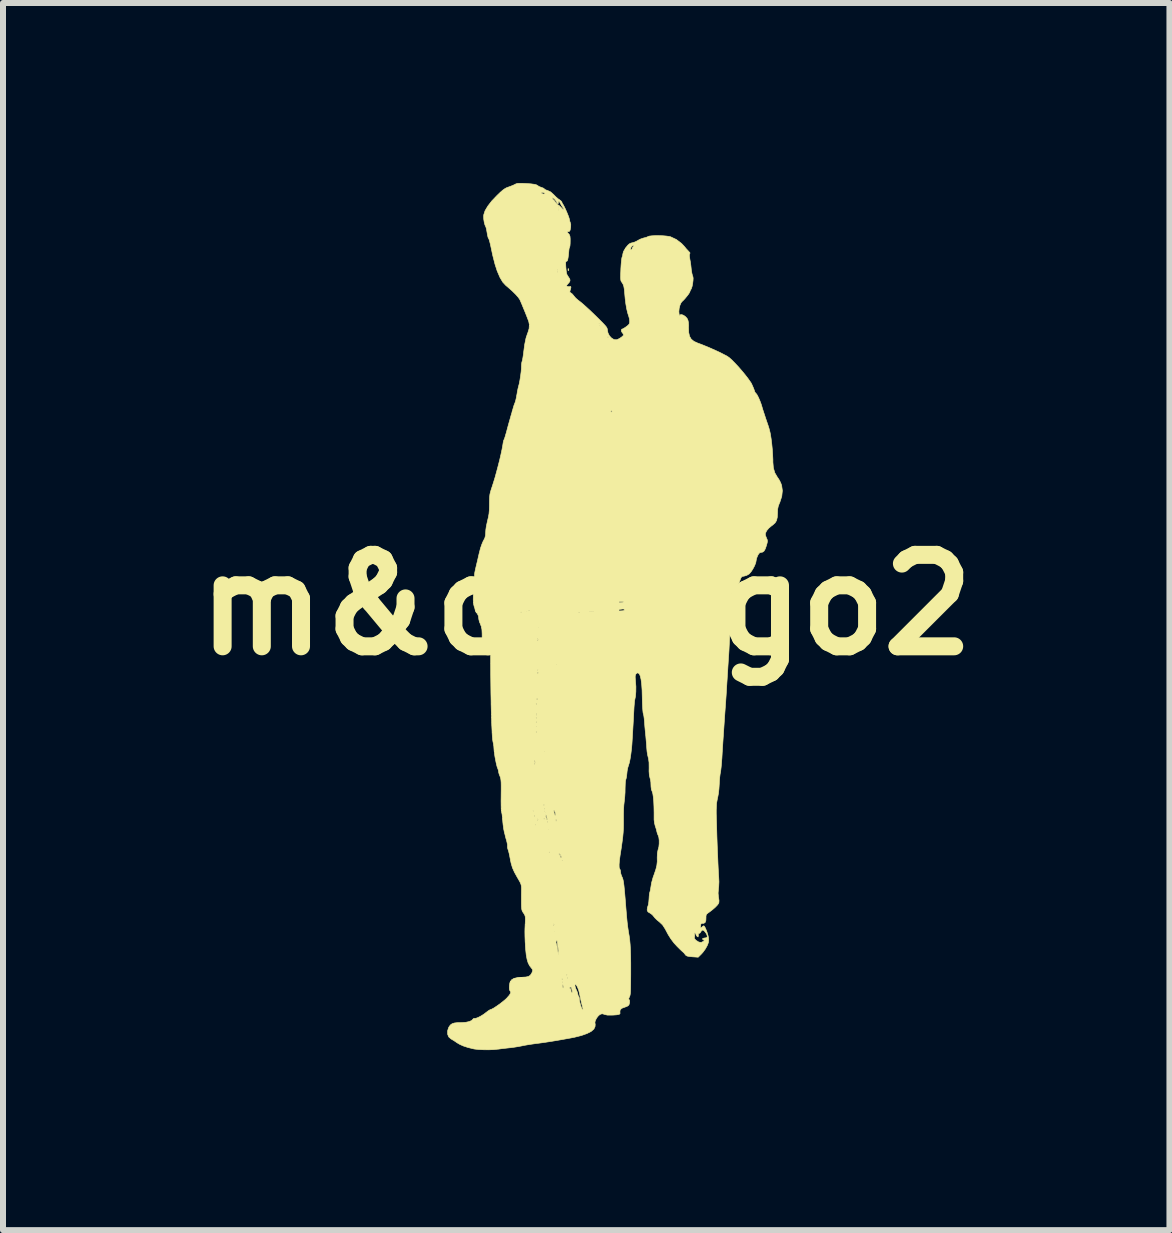
<source format=kicad_pcb>
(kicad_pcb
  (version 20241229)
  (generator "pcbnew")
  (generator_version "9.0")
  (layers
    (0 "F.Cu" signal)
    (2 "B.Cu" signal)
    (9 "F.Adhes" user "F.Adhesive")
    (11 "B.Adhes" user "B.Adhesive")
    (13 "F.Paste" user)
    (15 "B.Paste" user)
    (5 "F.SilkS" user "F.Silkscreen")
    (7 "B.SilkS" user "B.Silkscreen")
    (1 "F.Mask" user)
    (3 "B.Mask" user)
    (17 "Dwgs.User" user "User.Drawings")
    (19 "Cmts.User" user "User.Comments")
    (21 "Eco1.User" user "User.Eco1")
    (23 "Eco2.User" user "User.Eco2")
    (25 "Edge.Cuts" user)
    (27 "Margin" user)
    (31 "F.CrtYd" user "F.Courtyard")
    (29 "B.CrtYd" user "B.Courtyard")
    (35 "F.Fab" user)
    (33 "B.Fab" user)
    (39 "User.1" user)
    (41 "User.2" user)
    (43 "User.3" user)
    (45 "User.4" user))
  (footprint "m&d_logo2"
    (layer "F.Cu")
    (at 6.72 7.032)
    (property "Reference" "m&d_logo2" (at 0 0 0) (layer "F.SilkS") (effects (font (size 1.524 1.524) (thickness 0.3))))
    (attr through_hole)
    (fp_poly (pts (xy -0.296 -5.604) (xy -0.295 -5.578) (xy -0.296 -5.572) (xy -0.301 -5.571) (xy -0.303 -5.588) (xy -0.301 -5.606) (xy -0.296 -5.604)) (stroke (width 0.01) (type solid)) (fill yes) (layer "F.SilkS"))
    (fp_poly (pts (xy -1.072 -7.027) (xy -1.009 -7.024) (xy -0.993 -7.023) (xy -0.921 -7.018) (xy -0.87 -7.011) (xy -0.836 -7.004) (xy -0.816 -6.994) (xy -0.814 -6.992) (xy -0.786 -6.974) (xy -0.748 -6.959) (xy -0.744 -6.958) (xy -0.715 -6.947) (xy -0.699 -6.936) (xy -0.699 -6.934) (xy -0.687 -6.924) (xy -0.66 -6.912) (xy -0.645 -6.908) (xy -0.592 -6.883) (xy -0.543 -6.839) (xy -0.507 -6.802) (xy -0.469 -6.769) (xy -0.45 -6.756) (xy -0.423 -6.736) (xy -0.407 -6.717) (xy -0.406 -6.713) (xy -0.398 -6.691) (xy -0.392 -6.684) (xy -0.38 -6.664) (xy -0.361 -6.628) (xy -0.339 -6.581) (xy -0.317 -6.53) (xy -0.298 -6.483) (xy -0.285 -6.445) (xy -0.279 -6.423) (xy -0.273 -6.392) (xy -0.266 -6.373) (xy -0.258 -6.342) (xy -0.259 -6.296) (xy -0.261 -6.285) (xy -0.268 -6.247) (xy -0.278 -6.228) (xy -0.293 -6.223) (xy -0.313 -6.22) (xy -0.314 -6.21) (xy -0.295 -6.187) (xy -0.292 -6.185) (xy -0.278 -6.166) (xy -0.27 -6.14) (xy -0.267 -6.1) (xy -0.267 -6.066) (xy -0.268 -6.02) (xy -0.271 -5.983) (xy -0.276 -5.964) (xy -0.276 -5.964) (xy -0.284 -5.945) (xy -0.288 -5.92) (xy -0.295 -5.843) (xy -0.302 -5.788) (xy -0.309 -5.752) (xy -0.317 -5.733) (xy -0.327 -5.728) (xy -0.337 -5.724) (xy -0.342 -5.709) (xy -0.342 -5.678) (xy -0.34 -5.636) (xy -0.335 -5.579) (xy -0.33 -5.541) (xy -0.324 -5.514) (xy -0.314 -5.493) (xy -0.299 -5.47) (xy -0.295 -5.465) (xy -0.273 -5.429) (xy -0.27 -5.402) (xy -0.284 -5.375) (xy -0.301 -5.356) (xy -0.323 -5.331) (xy -0.326 -5.316) (xy -0.319 -5.31) (xy -0.293 -5.304) (xy -0.276 -5.306) (xy -0.258 -5.307) (xy -0.255 -5.292) (xy -0.257 -5.282) (xy -0.266 -5.249) (xy -0.272 -5.23) (xy -0.272 -5.21) (xy -0.258 -5.202) (xy -0.237 -5.187) (xy -0.212 -5.159) (xy -0.204 -5.148) (xy -0.175 -5.114) (xy -0.135 -5.079) (xy -0.112 -5.062) (xy -0.084 -5.04) (xy -0.043 -5.005) (xy 0.009 -4.958) (xy 0.069 -4.903) (xy 0.131 -4.843) (xy 0.151 -4.824) (xy 0.217 -4.759) (xy 0.267 -4.709) (xy 0.303 -4.671) (xy 0.328 -4.643) (xy 0.342 -4.622) (xy 0.35 -4.604) (xy 0.353 -4.589) (xy 0.353 -4.582) (xy 0.363 -4.532) (xy 0.387 -4.485) (xy 0.423 -4.447) (xy 0.463 -4.423) (xy 0.501 -4.419) (xy 0.529 -4.428) (xy 0.564 -4.447) (xy 0.595 -4.469) (xy 0.617 -4.49) (xy 0.622 -4.501) (xy 0.613 -4.523) (xy 0.603 -4.534) (xy 0.589 -4.555) (xy 0.585 -4.578) (xy 0.591 -4.595) (xy 0.598 -4.597) (xy 0.615 -4.604) (xy 0.645 -4.622) (xy 0.668 -4.638) (xy 0.701 -4.664) (xy 0.718 -4.686) (xy 0.724 -4.712) (xy 0.724 -4.727) (xy 0.719 -4.774) (xy 0.706 -4.82) (xy 0.705 -4.821) (xy 0.69 -4.869) (xy 0.674 -4.937) (xy 0.66 -5.018) (xy 0.649 -5.106) (xy 0.641 -5.194) (xy 0.635 -5.26) (xy 0.627 -5.307) (xy 0.615 -5.343) (xy 0.597 -5.373) (xy 0.586 -5.388) (xy 0.579 -5.401) (xy 0.575 -5.425) (xy 0.573 -5.461) (xy 0.574 -5.515) (xy 0.577 -5.59) (xy 0.577 -5.597) (xy 0.581 -5.664) (xy 0.586 -5.722) (xy 0.591 -5.767) (xy 0.596 -5.793) (xy 0.598 -5.797) (xy 0.606 -5.817) (xy 0.61 -5.848) (xy 0.621 -5.89) (xy 0.648 -5.936) (xy 0.738 -5.936) (xy 0.742 -5.921) (xy 0.749 -5.918) (xy 0.761 -5.928) (xy 0.762 -5.933) (xy 0.77 -5.954) (xy 0.782 -5.97) (xy 0.795 -5.987) (xy 0.79 -5.99) (xy 0.78 -5.989) (xy 0.761 -5.979) (xy 0.746 -5.958) (xy 0.738 -5.936) (xy 0.648 -5.936) (xy 0.653 -5.945) (xy 0.662 -5.957) (xy 0.694 -5.996) (xy 0.72 -6.019) (xy 0.748 -6.032) (xy 0.765 -6.035) (xy 0.811 -6.049) (xy 0.856 -6.071) (xy 0.862 -6.076) (xy 0.905 -6.098) (xy 0.951 -6.114) (xy 0.959 -6.116) (xy 0.996 -6.125) (xy 1.024 -6.136) (xy 1.027 -6.139) (xy 1.051 -6.147) (xy 1.094 -6.152) (xy 1.15 -6.155) (xy 1.213 -6.155) (xy 1.277 -6.153) (xy 1.336 -6.148) (xy 1.384 -6.141) (xy 1.405 -6.136) (xy 1.503 -6.09) (xy 1.589 -6.024) (xy 1.636 -5.974) (xy 1.667 -5.936) (xy 1.697 -5.904) (xy 1.713 -5.887) (xy 1.73 -5.866) (xy 1.726 -5.854) (xy 1.719 -5.841) (xy 1.72 -5.811) (xy 1.727 -5.764) (xy 1.736 -5.714) (xy 1.743 -5.666) (xy 1.746 -5.639) (xy 1.752 -5.581) (xy 1.761 -5.528) (xy 1.771 -5.488) (xy 1.777 -5.474) (xy 1.782 -5.447) (xy 1.78 -5.405) (xy 1.774 -5.357) (xy 1.765 -5.31) (xy 1.753 -5.274) (xy 1.748 -5.264) (xy 1.733 -5.237) (xy 1.727 -5.219) (xy 1.719 -5.202) (xy 1.7 -5.173) (xy 1.673 -5.139) (xy 1.644 -5.104) (xy 1.619 -5.077) (xy 1.604 -5.064) (xy 1.581 -5.037) (xy 1.562 -4.994) (xy 1.549 -4.942) (xy 1.544 -4.89) (xy 1.548 -4.846) (xy 1.549 -4.844) (xy 1.557 -4.823) (xy 1.561 -4.822) (xy 1.561 -4.823) (xy 1.571 -4.838) (xy 1.594 -4.838) (xy 1.623 -4.827) (xy 1.654 -4.805) (xy 1.68 -4.777) (xy 1.683 -4.771) (xy 1.696 -4.743) (xy 1.703 -4.709) (xy 1.706 -4.661) (xy 1.705 -4.624) (xy 1.708 -4.541) (xy 1.722 -4.478) (xy 1.75 -4.43) (xy 1.795 -4.393) (xy 1.859 -4.364) (xy 1.873 -4.359) (xy 1.917 -4.343) (xy 1.976 -4.319) (xy 2.04 -4.293) (xy 2.083 -4.274) (xy 2.15 -4.244) (xy 2.203 -4.22) (xy 2.252 -4.196) (xy 2.306 -4.168) (xy 2.35 -4.145) (xy 2.383 -4.122) (xy 2.428 -4.082) (xy 2.48 -4.029) (xy 2.537 -3.968) (xy 2.595 -3.901) (xy 2.651 -3.833) (xy 2.701 -3.768) (xy 2.742 -3.709) (xy 2.746 -3.704) (xy 2.758 -3.681) (xy 2.774 -3.646) (xy 2.79 -3.608) (xy 2.802 -3.576) (xy 2.807 -3.558) (xy 2.807 -3.558) (xy 2.815 -3.541) (xy 2.826 -3.53) (xy 2.845 -3.506) (xy 2.868 -3.463) (xy 2.892 -3.409) (xy 2.914 -3.351) (xy 2.926 -3.313) (xy 2.938 -3.271) (xy 2.956 -3.215) (xy 2.977 -3.152) (xy 2.99 -3.111) (xy 3.015 -3.038) (xy 3.034 -2.983) (xy 3.047 -2.941) (xy 3.056 -2.906) (xy 3.064 -2.874) (xy 3.071 -2.839) (xy 3.072 -2.832) (xy 3.082 -2.768) (xy 3.092 -2.687) (xy 3.101 -2.597) (xy 3.107 -2.506) (xy 3.111 -2.423) (xy 3.111 -2.38) (xy 3.119 -2.284) (xy 3.143 -2.202) (xy 3.187 -2.127) (xy 3.201 -2.108) (xy 3.225 -2.069) (xy 3.247 -2.02) (xy 3.257 -1.991) (xy 3.269 -1.905) (xy 3.259 -1.81) (xy 3.226 -1.708) (xy 3.218 -1.692) (xy 3.2 -1.643) (xy 3.19 -1.593) (xy 3.188 -1.529) (xy 3.184 -1.46) (xy 3.172 -1.408) (xy 3.148 -1.368) (xy 3.108 -1.332) (xy 3.091 -1.32) (xy 3.044 -1.281) (xy 3.008 -1.238) (xy 2.988 -1.197) (xy 2.985 -1.178) (xy 2.99 -1.153) (xy 3.003 -1.118) (xy 3.006 -1.112) (xy 3.017 -1.086) (xy 3.02 -1.064) (xy 3.016 -1.036) (xy 3.004 -0.993) (xy 3.003 -0.989) (xy 2.984 -0.934) (xy 2.964 -0.899) (xy 2.941 -0.881) (xy 2.914 -0.876) (xy 2.891 -0.87) (xy 2.871 -0.847) (xy 2.858 -0.823) (xy 2.842 -0.784) (xy 2.833 -0.748) (xy 2.832 -0.738) (xy 2.825 -0.702) (xy 2.806 -0.653) (xy 2.779 -0.602) (xy 2.749 -0.555) (xy 2.72 -0.521) (xy 2.713 -0.515) (xy 2.675 -0.493) (xy 2.634 -0.481) (xy 2.629 -0.48) (xy 2.598 -0.474) (xy 2.581 -0.456) (xy 2.571 -0.432) (xy 2.544 -0.36) (xy 2.509 -0.3) (xy 2.474 -0.258) (xy 2.446 -0.223) (xy 2.427 -0.191) (xy 2.421 -0.175) (xy 2.419 -0.156) (xy 2.416 -0.114) (xy 2.413 -0.054) (xy 2.41 0.022) (xy 2.406 0.11) (xy 2.403 0.207) (xy 2.401 0.26) (xy 2.397 0.369) (xy 2.392 0.479) (xy 2.388 0.585) (xy 2.383 0.681) (xy 2.379 0.763) (xy 2.375 0.826) (xy 2.374 0.838) (xy 2.369 0.915) (xy 2.363 1.008) (xy 2.357 1.105) (xy 2.351 1.197) (xy 2.35 1.219) (xy 2.344 1.308) (xy 2.338 1.407) (xy 2.332 1.504) (xy 2.326 1.588) (xy 2.325 1.607) (xy 2.317 1.717) (xy 2.308 1.84) (xy 2.299 1.972) (xy 2.29 2.106) (xy 2.281 2.237) (xy 2.273 2.36) (xy 2.266 2.469) (xy 2.261 2.559) (xy 2.26 2.565) (xy 2.255 2.635) (xy 2.249 2.7) (xy 2.243 2.752) (xy 2.238 2.788) (xy 2.236 2.794) (xy 2.231 2.824) (xy 2.225 2.873) (xy 2.22 2.933) (xy 2.217 2.991) (xy 2.212 3.067) (xy 2.204 3.139) (xy 2.193 3.198) (xy 2.188 3.219) (xy 2.172 3.306) (xy 2.167 3.415) (xy 2.167 3.416) (xy 2.167 3.478) (xy 2.169 3.557) (xy 2.172 3.649) (xy 2.175 3.752) (xy 2.178 3.861) (xy 2.182 3.973) (xy 2.186 4.084) (xy 2.191 4.191) (xy 2.195 4.29) (xy 2.199 4.378) (xy 2.203 4.451) (xy 2.206 4.505) (xy 2.208 4.534) (xy 2.212 4.614) (xy 2.208 4.696) (xy 2.205 4.721) (xy 2.198 4.802) (xy 2.204 4.87) (xy 2.206 4.88) (xy 2.213 4.927) (xy 2.211 4.959) (xy 2.203 4.979) (xy 2.183 5.005) (xy 2.148 5.041) (xy 2.104 5.079) (xy 2.057 5.115) (xy 2.029 5.135) (xy 2.005 5.155) (xy 1.996 5.182) (xy 1.996 5.204) (xy 1.994 5.259) (xy 1.982 5.292) (xy 1.96 5.306) (xy 1.945 5.306) (xy 1.922 5.306) (xy 1.911 5.319) (xy 1.907 5.346) (xy 1.905 5.375) (xy 1.91 5.382) (xy 1.924 5.372) (xy 1.927 5.369) (xy 1.949 5.352) (xy 1.96 5.347) (xy 1.971 5.358) (xy 1.987 5.387) (xy 2.004 5.428) (xy 2.02 5.474) (xy 2.032 5.518) (xy 2.038 5.548) (xy 2.041 5.589) (xy 2.037 5.624) (xy 2.022 5.665) (xy 2.012 5.686) (xy 1.983 5.737) (xy 1.945 5.789) (xy 1.922 5.815) (xy 1.866 5.871) (xy 1.768 5.864) (xy 1.716 5.859) (xy 1.683 5.852) (xy 1.663 5.842) (xy 1.651 5.828) (xy 1.63 5.801) (xy 1.614 5.786) (xy 1.597 5.771) (xy 1.567 5.743) (xy 1.531 5.707) (xy 1.516 5.692) (xy 1.461 5.632) (xy 1.413 5.568) (xy 1.395 5.54) (xy 1.802 5.54) (xy 1.803 5.559) (xy 1.827 5.587) (xy 1.832 5.591) (xy 1.877 5.619) (xy 1.917 5.624) (xy 1.95 5.608) (xy 1.967 5.594) (xy 1.963 5.586) (xy 1.953 5.581) (xy 1.937 5.569) (xy 1.943 5.558) (xy 1.967 5.551) (xy 1.982 5.55) (xy 2.011 5.543) (xy 2.019 5.522) (xy 2.007 5.487) (xy 1.99 5.46) (xy 1.962 5.427) (xy 1.937 5.418) (xy 1.917 5.435) (xy 1.912 5.445) (xy 1.896 5.467) (xy 1.883 5.474) (xy 1.869 5.48) (xy 1.868 5.483) (xy 1.869 5.503) (xy 1.868 5.517) (xy 1.864 5.533) (xy 1.85 5.526) (xy 1.848 5.524) (xy 1.832 5.503) (xy 1.829 5.492) (xy 1.819 5.47) (xy 1.814 5.466) (xy 1.805 5.467) (xy 1.806 5.49) (xy 1.807 5.521) (xy 1.802 5.54) (xy 1.395 5.54) (xy 1.366 5.494) (xy 1.317 5.402) (xy 1.314 5.397) (xy 1.272 5.332) (xy 1.219 5.282) (xy 1.215 5.279) (xy 1.176 5.247) (xy 1.143 5.214) (xy 1.129 5.196) (xy 1.101 5.163) (xy 1.064 5.136) (xy 1.061 5.135) (xy 1.03 5.116) (xy 1.017 5.093) (xy 1.016 5.077) (xy 1.021 5.04) (xy 1.03 5.015) (xy 1.037 4.99) (xy 1.043 4.948) (xy 1.047 4.898) (xy 1.047 4.896) (xy 1.05 4.849) (xy 1.054 4.811) (xy 1.059 4.791) (xy 1.059 4.79) (xy 1.065 4.771) (xy 1.072 4.737) (xy 1.074 4.724) (xy 1.089 4.631) (xy 1.114 4.541) (xy 1.135 4.483) (xy 1.161 4.406) (xy 1.177 4.341) (xy 1.184 4.276) (xy 1.183 4.209) (xy 1.186 4.136) (xy 1.197 4.081) (xy 1.2 4.073) (xy 1.211 4.031) (xy 1.216 3.978) (xy 1.216 3.922) (xy 1.21 3.873) (xy 1.199 3.841) (xy 1.185 3.808) (xy 1.177 3.777) (xy 1.169 3.742) (xy 1.155 3.698) (xy 1.15 3.684) (xy 1.138 3.635) (xy 1.131 3.581) (xy 1.131 3.57) (xy 1.131 3.461) (xy 1.129 3.362) (xy 1.125 3.273) (xy 1.118 3.2) (xy 1.11 3.145) (xy 1.1 3.111) (xy 1.098 3.106) (xy 1.086 3.076) (xy 1.08 3.028) (xy 1.079 3.002) (xy 1.077 2.952) (xy 1.069 2.905) (xy 1.062 2.881) (xy 1.052 2.837) (xy 1.047 2.771) (xy 1.048 2.718) (xy 1.047 2.626) (xy 1.038 2.559) (xy 1.033 2.541) (xy 1.023 2.499) (xy 1.014 2.444) (xy 1.009 2.388) (xy 1.005 2.329) (xy 0.999 2.258) (xy 0.993 2.188) (xy 0.991 2.172) (xy 0.984 2.102) (xy 0.977 2.026) (xy 0.972 1.957) (xy 0.971 1.944) (xy 0.966 1.892) (xy 0.96 1.847) (xy 0.953 1.818) (xy 0.951 1.813) (xy 0.947 1.793) (xy 0.943 1.752) (xy 0.939 1.695) (xy 0.936 1.625) (xy 0.934 1.548) (xy 0.934 1.545) (xy 0.931 1.421) (xy 0.924 1.32) (xy 0.914 1.242) (xy 0.901 1.186) (xy 0.885 1.15) (xy 0.872 1.138) (xy 0.851 1.132) (xy 0.832 1.147) (xy 0.83 1.149) (xy 0.82 1.168) (xy 0.816 1.195) (xy 0.818 1.235) (xy 0.821 1.27) (xy 0.828 1.362) (xy 0.827 1.448) (xy 0.821 1.523) (xy 0.813 1.562) (xy 0.807 1.592) (xy 0.802 1.641) (xy 0.797 1.701) (xy 0.794 1.759) (xy 0.79 1.829) (xy 0.786 1.91) (xy 0.781 1.997) (xy 0.776 2.086) (xy 0.771 2.173) (xy 0.766 2.251) (xy 0.762 2.317) (xy 0.758 2.366) (xy 0.756 2.388) (xy 0.744 2.486) (xy 0.731 2.57) (xy 0.717 2.635) (xy 0.704 2.676) (xy 0.692 2.715) (xy 0.682 2.767) (xy 0.678 2.806) (xy 0.673 2.852) (xy 0.666 2.89) (xy 0.66 2.909) (xy 0.655 2.931) (xy 0.651 2.971) (xy 0.649 3.023) (xy 0.648 3.056) (xy 0.647 3.126) (xy 0.642 3.2) (xy 0.635 3.266) (xy 0.633 3.283) (xy 0.627 3.335) (xy 0.623 3.404) (xy 0.621 3.483) (xy 0.621 3.563) (xy 0.621 3.575) (xy 0.621 3.65) (xy 0.62 3.72) (xy 0.616 3.791) (xy 0.609 3.866) (xy 0.598 3.952) (xy 0.584 4.052) (xy 0.565 4.172) (xy 0.553 4.26) (xy 0.548 4.328) (xy 0.549 4.375) (xy 0.557 4.399) (xy 0.559 4.401) (xy 0.568 4.418) (xy 0.572 4.446) (xy 0.577 4.482) (xy 0.592 4.524) (xy 0.597 4.533) (xy 0.604 4.55) (xy 0.611 4.57) (xy 0.617 4.596) (xy 0.623 4.631) (xy 0.629 4.677) (xy 0.635 4.736) (xy 0.642 4.812) (xy 0.65 4.906) (xy 0.659 5.021) (xy 0.667 5.118) (xy 0.674 5.201) (xy 0.682 5.284) (xy 0.691 5.36) (xy 0.7 5.421) (xy 0.705 5.455) (xy 0.716 5.517) (xy 0.725 5.584) (xy 0.732 5.659) (xy 0.737 5.746) (xy 0.74 5.847) (xy 0.742 5.967) (xy 0.742 6.108) (xy 0.742 6.155) (xy 0.741 6.26) (xy 0.74 6.343) (xy 0.739 6.406) (xy 0.737 6.453) (xy 0.734 6.486) (xy 0.729 6.51) (xy 0.724 6.525) (xy 0.72 6.533) (xy 0.708 6.559) (xy 0.711 6.572) (xy 0.722 6.591) (xy 0.723 6.623) (xy 0.716 6.655) (xy 0.708 6.671) (xy 0.686 6.687) (xy 0.651 6.701) (xy 0.64 6.705) (xy 0.591 6.723) (xy 0.566 6.749) (xy 0.561 6.783) (xy 0.562 6.788) (xy 0.564 6.806) (xy 0.558 6.818) (xy 0.541 6.825) (xy 0.508 6.831) (xy 0.456 6.835) (xy 0.425 6.836) (xy 0.354 6.836) (xy 0.307 6.826) (xy 0.302 6.824) (xy 0.274 6.814) (xy 0.249 6.817) (xy 0.227 6.827) (xy 0.202 6.848) (xy 0.176 6.881) (xy 0.156 6.918) (xy 0.145 6.952) (xy 0.147 6.973) (xy 0.15 6.994) (xy 0.147 7.026) (xy 0.147 7.028) (xy 0.127 7.069) (xy 0.082 7.108) (xy 0.013 7.143) (xy -0.08 7.176) (xy -0.195 7.205) (xy -0.267 7.219) (xy -0.418 7.246) (xy -0.565 7.271) (xy -0.701 7.292) (xy -0.819 7.308) (xy -0.838 7.31) (xy -0.908 7.32) (xy -0.979 7.331) (xy -1.041 7.342) (xy -1.073 7.349) (xy -1.131 7.36) (xy -1.2 7.371) (xy -1.266 7.38) (xy -1.27 7.38) (xy -1.335 7.387) (xy -1.404 7.395) (xy -1.463 7.403) (xy -1.467 7.403) (xy -1.542 7.411) (xy -1.626 7.414) (xy -1.713 7.413) (xy -1.793 7.409) (xy -1.859 7.402) (xy -1.88 7.398) (xy -1.973 7.375) (xy -2.046 7.351) (xy -2.105 7.325) (xy -2.153 7.297) (xy -2.195 7.268) (xy -2.236 7.243) (xy -2.256 7.231) (xy -2.292 7.199) (xy -2.31 7.154) (xy -2.311 7.1) (xy -2.294 7.045) (xy -2.28 7.021) (xy -2.259 6.996) (xy -2.232 6.978) (xy -2.196 6.967) (xy -2.144 6.961) (xy -2.072 6.96) (xy -2.068 6.96) (xy -2.004 6.955) (xy -1.949 6.943) (xy -1.908 6.925) (xy -1.888 6.903) (xy -1.873 6.89) (xy -1.862 6.891) (xy -1.839 6.889) (xy -1.801 6.875) (xy -1.755 6.851) (xy -1.707 6.821) (xy -1.665 6.789) (xy -1.632 6.764) (xy -1.606 6.748) (xy -1.596 6.744) (xy -1.574 6.736) (xy -1.537 6.716) (xy -1.492 6.686) (xy -1.442 6.651) (xy -1.393 6.613) (xy -1.349 6.577) (xy -1.324 6.553) (xy -1.281 6.504) (xy -1.26 6.468) (xy -1.26 6.442) (xy -1.27 6.433) (xy -1.279 6.414) (xy -1.282 6.38) (xy -1.28 6.339) (xy -1.273 6.299) (xy -1.266 6.28) (xy -0.402 6.28) (xy -0.401 6.304) (xy -0.4 6.316) (xy -0.392 6.369) (xy -0.382 6.396) (xy -0.375 6.401) (xy -0.375 6.39) (xy -0.375 6.39) (xy -0.279 6.39) (xy -0.272 6.396) (xy -0.267 6.394) (xy -0.258 6.399) (xy -0.254 6.424) (xy -0.254 6.425) (xy -0.25 6.453) (xy -0.241 6.464) (xy -0.24 6.464) (xy -0.232 6.453) (xy -0.235 6.423) (xy -0.243 6.392) (xy -0.25 6.373) (xy -0.25 6.372) (xy -0.263 6.368) (xy -0.276 6.378) (xy -0.279 6.39) (xy -0.375 6.39) (xy -0.379 6.363) (xy -0.381 6.353) (xy -0.386 6.333) (xy -0.188 6.333) (xy -0.185 6.361) (xy -0.172 6.399) (xy -0.166 6.412) (xy -0.15 6.449) (xy -0.141 6.481) (xy -0.14 6.488) (xy -0.134 6.513) (xy -0.127 6.521) (xy -0.118 6.539) (xy -0.114 6.566) (xy -0.111 6.599) (xy -0.102 6.639) (xy -0.09 6.681) (xy -0.077 6.717) (xy -0.065 6.74) (xy -0.06 6.744) (xy -0.052 6.735) (xy -0.054 6.728) (xy -0.062 6.701) (xy -0.073 6.656) (xy -0.086 6.602) (xy -0.098 6.545) (xy -0.109 6.492) (xy -0.113 6.473) (xy -0.125 6.422) (xy -0.144 6.374) (xy -0.155 6.352) (xy -0.173 6.325) (xy -0.183 6.317) (xy -0.187 6.328) (xy -0.188 6.333) (xy -0.386 6.333) (xy -0.392 6.304) (xy -0.399 6.28) (xy -0.402 6.28) (xy -1.266 6.28) (xy -1.264 6.275) (xy -1.24 6.244) (xy -1.225 6.236) (xy -0.406 6.236) (xy -0.402 6.246) (xy -0.398 6.244) (xy -0.396 6.229) (xy -0.398 6.227) (xy -0.405 6.229) (xy -0.406 6.236) (xy -1.225 6.236) (xy -1.203 6.224) (xy -1.174 6.217) (xy -0.318 6.217) (xy -0.311 6.223) (xy -0.305 6.217) (xy -0.311 6.21) (xy -0.318 6.217) (xy -1.174 6.217) (xy -1.149 6.211) (xy -1.075 6.206) (xy -1.068 6.205) (xy -1.005 6.201) (xy -0.962 6.191) (xy -0.932 6.172) (xy -0.928 6.166) (xy -0.33 6.166) (xy -0.324 6.172) (xy -0.318 6.166) (xy -0.324 6.16) (xy -0.33 6.166) (xy -0.928 6.166) (xy -0.91 6.14) (xy -0.901 6.12) (xy -0.892 6.091) (xy -0.899 6.07) (xy -0.912 6.054) (xy -0.943 6.014) (xy -0.968 5.966) (xy -0.986 5.906) (xy -1 5.831) (xy -1.01 5.736) (xy -1.014 5.683) (xy -1.017 5.617) (xy -0.505 5.617) (xy -0.498 5.65) (xy -0.497 5.651) (xy -0.488 5.685) (xy -0.479 5.732) (xy -0.474 5.769) (xy -0.468 5.809) (xy -0.464 5.824) (xy -0.461 5.818) (xy -0.46 5.805) (xy -0.46 5.764) (xy -0.467 5.717) (xy -0.469 5.707) (xy -0.478 5.664) (xy -0.482 5.626) (xy -0.483 5.618) (xy -0.485 5.595) (xy -0.494 5.595) (xy -0.497 5.597) (xy -0.505 5.617) (xy -1.017 5.617) (xy -1.018 5.603) (xy -1.021 5.523) (xy -1.022 5.448) (xy -1.022 5.442) (xy -0.533 5.442) (xy -0.527 5.448) (xy -0.521 5.442) (xy -0.527 5.436) (xy -0.533 5.442) (xy -1.022 5.442) (xy -1.021 5.389) (xy -1.02 5.372) (xy -1.018 5.327) (xy -0.545 5.327) (xy -0.543 5.343) (xy -0.538 5.343) (xy -0.535 5.326) (xy -0.537 5.319) (xy -0.543 5.314) (xy -0.545 5.327) (xy -1.018 5.327) (xy -1.016 5.3) (xy -1.014 5.248) (xy -1.015 5.211) (xy -1.018 5.186) (xy -1.026 5.166) (xy -1.037 5.146) (xy -1.046 5.134) (xy -1.057 5.117) (xy -1.065 5.102) (xy -1.072 5.084) (xy -1.076 5.06) (xy -1.079 5.026) (xy -1.08 4.98) (xy -1.08 4.918) (xy -1.08 4.837) (xy -1.079 4.752) (xy -1.079 4.71) (xy -1.082 4.678) (xy -1.09 4.649) (xy -1.105 4.616) (xy -1.13 4.572) (xy -1.149 4.54) (xy -1.196 4.455) (xy -1.23 4.379) (xy -1.253 4.3) (xy -1.261 4.261) (xy -0.406 4.261) (xy -0.4 4.267) (xy -0.394 4.261) (xy -0.4 4.255) (xy -0.406 4.261) (xy -1.261 4.261) (xy -1.271 4.209) (xy -1.272 4.204) (xy -1.281 4.154) (xy -1.282 4.151) (xy -0.457 4.151) (xy -0.448 4.165) (xy -0.445 4.166) (xy -0.434 4.176) (xy -0.432 4.191) (xy -0.427 4.212) (xy -0.42 4.216) (xy -0.414 4.206) (xy -0.415 4.191) (xy -0.425 4.169) (xy -0.44 4.151) (xy -0.452 4.144) (xy -0.457 4.151) (xy -1.282 4.151) (xy -1.29 4.121) (xy -0.622 4.121) (xy -0.616 4.128) (xy -0.61 4.121) (xy -0.616 4.115) (xy -0.622 4.121) (xy -1.29 4.121) (xy -1.293 4.107) (xy -1.302 4.08) (xy -1.312 4.047) (xy -1.313 4.022) (xy -1.313 4.02) (xy -1.312 3.999) (xy -1.319 3.962) (xy -1.327 3.928) (xy -1.339 3.889) (xy -1.346 3.861) (xy -1.349 3.852) (xy -1.351 3.839) (xy -1.359 3.809) (xy -1.366 3.782) (xy -1.374 3.74) (xy -0.635 3.74) (xy -0.629 3.747) (xy -0.622 3.74) (xy -0.629 3.734) (xy -0.635 3.74) (xy -1.374 3.74) (xy -1.375 3.739) (xy -1.383 3.68) (xy -1.385 3.664) (xy -0.851 3.664) (xy -0.845 3.67) (xy -0.838 3.664) (xy -0.845 3.658) (xy -0.851 3.664) (xy -1.385 3.664) (xy -1.39 3.619) (xy -0.648 3.619) (xy -0.643 3.63) (xy -0.639 3.628) (xy -0.638 3.613) (xy -0.639 3.611) (xy -0.647 3.613) (xy -0.648 3.619) (xy -1.39 3.619) (xy -1.39 3.617) (xy -1.392 3.595) (xy -1.394 3.574) (xy -0.812 3.574) (xy -0.809 3.59) (xy -0.805 3.591) (xy -0.804 3.587) (xy -0.507 3.587) (xy -0.505 3.603) (xy -0.5 3.603) (xy -0.497 3.586) (xy -0.499 3.579) (xy -0.505 3.574) (xy -0.507 3.587) (xy -0.804 3.587) (xy -0.802 3.574) (xy -0.804 3.566) (xy -0.81 3.562) (xy -0.812 3.574) (xy -1.394 3.574) (xy -1.395 3.56) (xy -0.709 3.56) (xy -0.706 3.567) (xy -0.693 3.58) (xy -0.686 3.578) (xy -0.686 3.576) (xy -0.695 3.565) (xy -0.7 3.561) (xy -0.709 3.56) (xy -1.395 3.56) (xy -1.397 3.54) (xy -1.399 3.518) (xy -0.864 3.518) (xy -0.859 3.528) (xy -0.855 3.526) (xy -0.854 3.513) (xy -0.676 3.513) (xy -0.67 3.542) (xy -0.668 3.549) (xy -0.657 3.58) (xy -0.65 3.586) (xy -0.65 3.57) (xy -0.655 3.538) (xy -0.662 3.51) (xy -0.671 3.498) (xy -0.673 3.499) (xy -0.676 3.513) (xy -0.854 3.513) (xy -0.854 3.511) (xy -0.855 3.509) (xy -0.863 3.511) (xy -0.864 3.518) (xy -1.399 3.518) (xy -1.402 3.493) (xy -1.408 3.461) (xy -0.686 3.461) (xy -0.679 3.467) (xy -0.673 3.461) (xy -0.679 3.454) (xy -0.686 3.461) (xy -1.408 3.461) (xy -1.408 3.461) (xy -1.411 3.452) (xy -1.414 3.433) (xy -1.415 3.429) (xy -0.889 3.429) (xy -0.884 3.439) (xy -0.881 3.437) (xy -0.88 3.429) (xy -0.699 3.429) (xy -0.694 3.439) (xy -0.69 3.437) (xy -0.69 3.435) (xy -0.541 3.435) (xy -0.535 3.465) (xy -0.531 3.479) (xy -0.52 3.509) (xy -0.513 3.515) (xy -0.511 3.509) (xy -0.512 3.479) (xy -0.52 3.449) (xy -0.533 3.423) (xy -0.54 3.419) (xy -0.541 3.435) (xy -0.69 3.435) (xy -0.689 3.422) (xy -0.69 3.421) (xy -0.698 3.422) (xy -0.699 3.429) (xy -0.88 3.429) (xy -0.879 3.422) (xy -0.881 3.421) (xy -0.888 3.422) (xy -0.889 3.429) (xy -1.415 3.429) (xy -1.417 3.397) (xy -0.699 3.397) (xy -0.692 3.404) (xy -0.686 3.397) (xy -0.692 3.391) (xy -0.699 3.397) (xy -1.417 3.397) (xy -1.417 3.394) (xy -1.418 3.337) (xy -1.418 3.334) (xy -0.711 3.334) (xy -0.705 3.34) (xy -0.699 3.334) (xy -0.705 3.327) (xy -0.711 3.334) (xy -1.418 3.334) (xy -1.419 3.267) (xy -1.418 3.188) (xy -1.418 3.169) (xy -1.417 3.079) (xy -1.417 3.01) (xy -1.418 2.959) (xy -1.421 2.921) (xy -1.425 2.894) (xy -1.431 2.871) (xy -1.437 2.856) (xy -1.452 2.818) (xy -1.46 2.786) (xy -1.46 2.779) (xy -1.467 2.747) (xy -1.473 2.73) (xy -1.484 2.702) (xy -1.496 2.656) (xy -1.503 2.623) (xy -0.86 2.623) (xy -0.859 2.653) (xy -0.857 2.664) (xy -0.855 2.658) (xy -0.852 2.623) (xy -0.854 2.594) (xy -0.857 2.585) (xy -0.859 2.599) (xy -0.86 2.623) (xy -1.503 2.623) (xy -1.508 2.599) (xy -1.52 2.537) (xy -1.529 2.478) (xy -1.533 2.445) (xy -0.699 2.445) (xy -0.692 2.451) (xy -0.686 2.445) (xy -0.692 2.438) (xy -0.699 2.445) (xy -1.533 2.445) (xy -1.535 2.429) (xy -1.537 2.404) (xy -1.54 2.358) (xy -1.549 2.303) (xy -1.555 2.275) (xy -1.56 2.243) (xy -1.565 2.187) (xy -1.569 2.121) (xy -0.838 2.121) (xy -0.834 2.131) (xy -0.83 2.129) (xy -0.828 2.114) (xy -0.83 2.112) (xy -0.837 2.114) (xy -0.838 2.121) (xy -1.569 2.121) (xy -1.569 2.11) (xy -1.573 2.026) (xy -0.838 2.026) (xy -0.832 2.032) (xy -0.826 2.026) (xy -0.832 2.019) (xy -0.838 2.026) (xy -1.573 2.026) (xy -1.574 2.015) (xy -1.576 1.956) (xy -0.838 1.956) (xy -0.834 1.966) (xy -0.83 1.964) (xy -0.828 1.949) (xy -0.83 1.947) (xy -0.837 1.949) (xy -0.838 1.956) (xy -1.576 1.956) (xy -1.578 1.902) (xy -1.579 1.88) (xy -0.838 1.88) (xy -0.834 1.89) (xy -0.83 1.888) (xy -0.828 1.873) (xy -0.83 1.871) (xy -0.837 1.873) (xy -0.838 1.88) (xy -1.579 1.88) (xy -1.58 1.821) (xy -0.837 1.821) (xy -0.835 1.838) (xy -0.831 1.838) (xy -0.827 1.821) (xy -0.83 1.814) (xy -0.835 1.809) (xy -0.837 1.821) (xy -1.58 1.821) (xy -1.582 1.774) (xy -1.585 1.651) (xy -0.838 1.651) (xy -0.834 1.661) (xy -0.83 1.659) (xy -0.828 1.644) (xy -0.83 1.643) (xy -0.837 1.644) (xy -0.838 1.651) (xy -1.585 1.651) (xy -1.585 1.634) (xy -1.586 1.567) (xy -0.824 1.567) (xy -0.822 1.584) (xy -0.818 1.584) (xy -0.815 1.567) (xy -0.817 1.56) (xy -0.822 1.555) (xy -0.824 1.567) (xy -1.586 1.567) (xy -1.588 1.483) (xy -1.59 1.324) (xy -1.592 1.159) (xy -1.592 1.125) (xy -0.821 1.125) (xy -0.819 1.13) (xy -0.808 1.142) (xy -0.806 1.143) (xy -0.8 1.133) (xy -0.8 1.13) (xy -0.81 1.118) (xy -0.814 1.118) (xy -0.821 1.125) (xy -1.592 1.125) (xy -1.592 1.079) (xy -0.813 1.079) (xy -0.808 1.09) (xy -0.804 1.088) (xy -0.803 1.073) (xy -0.804 1.071) (xy -0.812 1.073) (xy -0.813 1.079) (xy -1.592 1.079) (xy -1.593 0.989) (xy -1.593 0.978) (xy -0.495 0.978) (xy -0.491 0.988) (xy -0.487 0.986) (xy -0.485 0.971) (xy -0.487 0.969) (xy -0.494 0.971) (xy -0.495 0.978) (xy -1.593 0.978) (xy -1.593 0.95) (xy -1.593 0.852) (xy -1.593 0.832) (xy -1.181 0.832) (xy -1.175 0.838) (xy -1.168 0.832) (xy -1.175 0.826) (xy -1.181 0.832) (xy -1.593 0.832) (xy -1.594 0.777) (xy -1.594 0.776) (xy -1.139 0.776) (xy -1.137 0.789) (xy -1.136 0.791) (xy -1.126 0.807) (xy -1.12 0.807) (xy -1.121 0.793) (xy -1.129 0.784) (xy -1.139 0.776) (xy -1.594 0.776) (xy -1.595 0.721) (xy -1.597 0.681) (xy -1.6 0.653) (xy -1.604 0.634) (xy -1.61 0.621) (xy -1.618 0.612) (xy -1.623 0.607) (xy -1.664 0.582) (xy -1.693 0.578) (xy -0.81 0.578) (xy -0.809 0.6) (xy -0.805 0.601) (xy -0.804 0.6) (xy -0.802 0.575) (xy -0.804 0.562) (xy -0.808 0.557) (xy -0.81 0.574) (xy -0.81 0.578) (xy -1.693 0.578) (xy -1.734 0.578) (xy -1.735 0.476) (xy -1.738 0.412) (xy -1.745 0.375) (xy -0.8 0.375) (xy -0.794 0.381) (xy -0.787 0.375) (xy -0.794 0.368) (xy -0.8 0.375) (xy -1.745 0.375) (xy -1.746 0.365) (xy -1.762 0.325) (xy -1.763 0.321) (xy -1.78 0.28) (xy -1.79 0.239) (xy -1.791 0.228) (xy -1.797 0.184) (xy -1.815 0.145) (xy -1.833 0.125) (xy -1.836 0.121) (xy -1.092 0.121) (xy -1.086 0.127) (xy -1.079 0.121) (xy -0.127 0.121) (xy -0.121 0.127) (xy -0.114 0.121) (xy -0.121 0.114) (xy -0.127 0.121) (xy -1.079 0.121) (xy -1.086 0.114) (xy -1.092 0.121) (xy -1.836 0.121) (xy -1.842 0.111) (xy -1.023 0.111) (xy -1.011 0.113) (xy -0.994 0.111) (xy -0.994 0.108) (xy 0.046 0.108) (xy 0.061 0.11) (xy 0.089 0.11) (xy 0.12 0.11) (xy 0.132 0.108) (xy 0.124 0.105) (xy 0.083 0.103) (xy 0.054 0.105) (xy 0.046 0.108) (xy -0.994 0.108) (xy -0.994 0.107) (xy -1.011 0.104) (xy -1.018 0.106) (xy -1.023 0.111) (xy -1.842 0.111) (xy -1.845 0.107) (xy -1.848 0.093) (xy -0.961 0.093) (xy -0.959 0.101) (xy -0.953 0.102) (xy -0.944 0.098) (xy 0.273 0.098) (xy 0.454 0.1) (xy 0.526 0.1) (xy 0.576 0.099) (xy 0.609 0.097) (xy 0.627 0.093) (xy 0.634 0.087) (xy 0.635 0.082) (xy 0.631 0.07) (xy 0.613 0.067) (xy 0.578 0.071) (xy 0.539 0.075) (xy 0.485 0.081) (xy 0.423 0.086) (xy 0.397 0.088) (xy 0.273 0.098) (xy -0.944 0.098) (xy -0.942 0.097) (xy -0.944 0.093) (xy -0.959 0.092) (xy -0.961 0.093) (xy -1.848 0.093) (xy -1.85 0.087) (xy -1.858 0.052) (xy -1.868 0.024) (xy -1.879 -0.022) (xy -1.88 -0.043) (xy 0.458 -0.043) (xy 0.467 -0.04) (xy 0.495 -0.039) (xy 0.537 -0.038) (xy 0.538 -0.038) (xy 0.581 -0.04) (xy 0.611 -0.044) (xy 0.622 -0.051) (xy 0.611 -0.055) (xy 0.583 -0.056) (xy 0.545 -0.055) (xy 0.506 -0.053) (xy 0.475 -0.048) (xy 0.458 -0.043) (xy -1.88 -0.043) (xy -1.883 -0.084) (xy -1.882 -0.156) (xy -1.874 -0.231) (xy -1.862 -0.295) (xy -1.85 -0.349) (xy -1.845 -0.387) (xy -1.846 -0.418) (xy -1.853 -0.447) (xy -1.86 -0.476) (xy -1.862 -0.506) (xy -1.857 -0.543) (xy -1.846 -0.595) (xy -1.843 -0.608) (xy -1.829 -0.668) (xy -1.811 -0.742) (xy -1.794 -0.818) (xy -1.783 -0.864) (xy -1.762 -0.946) (xy -1.738 -1.015) (xy -1.716 -1.066) (xy -1.713 -1.07) (xy -1.69 -1.115) (xy -1.679 -1.158) (xy -1.676 -1.207) (xy -1.673 -1.254) (xy -1.664 -1.315) (xy -1.65 -1.379) (xy -1.645 -1.402) (xy -1.63 -1.464) (xy -1.62 -1.52) (xy -1.615 -1.581) (xy -1.613 -1.654) (xy -1.613 -1.681) (xy -1.612 -1.75) (xy -1.61 -1.802) (xy -1.605 -1.845) (xy -1.595 -1.887) (xy -1.58 -1.936) (xy -1.568 -1.971) (xy -1.545 -2.043) (xy -1.519 -2.128) (xy -1.493 -2.223) (xy -1.467 -2.321) (xy -1.442 -2.419) (xy -1.421 -2.51) (xy -1.404 -2.59) (xy -1.392 -2.654) (xy -1.388 -2.68) (xy -1.382 -2.717) (xy -1.375 -2.744) (xy -1.372 -2.75) (xy -1.364 -2.767) (xy -1.352 -2.803) (xy -1.339 -2.849) (xy -1.334 -2.864) (xy -1.307 -2.966) (xy -1.283 -3.052) (xy -1.261 -3.129) (xy -1.252 -3.162) (xy -1.237 -3.212) (xy -1.234 -3.226) (xy 0.406 -3.226) (xy 0.416 -3.213) (xy 0.419 -3.213) (xy 0.431 -3.223) (xy 0.432 -3.226) (xy 0.422 -3.238) (xy 0.419 -3.239) (xy 0.407 -3.229) (xy 0.406 -3.226) (xy -1.234 -3.226) (xy -1.223 -3.262) (xy -1.217 -3.283) (xy -1.204 -3.327) (xy -1.188 -3.368) (xy -1.186 -3.373) (xy -1.176 -3.405) (xy -1.165 -3.452) (xy -1.156 -3.505) (xy -1.155 -3.506) (xy -1.147 -3.558) (xy -1.137 -3.606) (xy -1.129 -3.638) (xy -1.129 -3.639) (xy -1.117 -3.684) (xy -1.105 -3.746) (xy -1.094 -3.817) (xy -1.085 -3.886) (xy -1.08 -3.946) (xy -1.08 -3.966) (xy -1.078 -4.01) (xy -1.073 -4.046) (xy -1.068 -4.061) (xy -1.062 -4.082) (xy -1.055 -4.123) (xy -1.047 -4.175) (xy -1.042 -4.218) (xy -1.026 -4.339) (xy -1.005 -4.442) (xy -0.998 -4.464) (xy 0.356 -4.464) (xy 0.362 -4.458) (xy 0.368 -4.464) (xy 0.362 -4.47) (xy 0.356 -4.464) (xy -0.998 -4.464) (xy -0.979 -4.523) (xy -0.972 -4.539) (xy -0.952 -4.605) (xy -0.949 -4.655) (xy 0.216 -4.655) (xy 0.222 -4.648) (xy 0.229 -4.655) (xy 0.222 -4.661) (xy 0.216 -4.655) (xy -0.949 -4.655) (xy -0.948 -4.672) (xy -0.951 -4.689) (xy 0.196 -4.689) (xy 0.208 -4.687) (xy 0.225 -4.69) (xy 0.225 -4.694) (xy 0.208 -4.697) (xy 0.201 -4.695) (xy 0.196 -4.689) (xy -0.951 -4.689) (xy -0.958 -4.724) (xy -0.986 -4.798) (xy -1.016 -4.874) (xy -1.046 -4.946) (xy -1.072 -5.01) (xy -1.094 -5.061) (xy -1.106 -5.088) (xy -1.132 -5.126) (xy -1.176 -5.176) (xy -1.236 -5.235) (xy -1.31 -5.3) (xy -1.342 -5.327) (xy -1.391 -5.38) (xy -1.437 -5.457) (xy -1.48 -5.557) (xy -1.485 -5.569) (xy -0.48 -5.569) (xy -0.479 -5.547) (xy -0.475 -5.545) (xy -0.474 -5.546) (xy -0.472 -5.572) (xy -0.474 -5.585) (xy -0.478 -5.59) (xy -0.48 -5.573) (xy -0.48 -5.569) (xy -1.485 -5.569) (xy -1.52 -5.677) (xy -1.556 -5.817) (xy -1.563 -5.848) (xy -1.576 -5.91) (xy -1.589 -5.971) (xy -1.6 -6.022) (xy -1.603 -6.032) (xy -1.613 -6.072) (xy -1.623 -6.101) (xy -1.629 -6.11) (xy -1.636 -6.125) (xy -1.644 -6.159) (xy -1.652 -6.203) (xy -1.652 -6.204) (xy -1.66 -6.25) (xy -1.668 -6.286) (xy -1.675 -6.305) (xy -1.688 -6.333) (xy -1.7 -6.378) (xy -1.708 -6.429) (xy -1.71 -6.476) (xy -1.708 -6.502) (xy -1.686 -6.57) (xy -1.662 -6.61) (xy -0.467 -6.61) (xy -0.466 -6.584) (xy -0.463 -6.577) (xy -0.461 -6.582) (xy -0.459 -6.612) (xy -0.461 -6.632) (xy -0.464 -6.639) (xy -0.466 -6.624) (xy -0.467 -6.61) (xy -1.662 -6.61) (xy -1.641 -6.646) (xy -1.575 -6.732) (xy -1.526 -6.783) (xy -0.564 -6.783) (xy -0.562 -6.767) (xy -0.555 -6.76) (xy -0.537 -6.744) (xy -0.514 -6.716) (xy -0.51 -6.709) (xy -0.489 -6.682) (xy -0.472 -6.668) (xy -0.469 -6.668) (xy -0.454 -6.659) (xy -0.43 -6.636) (xy -0.417 -6.623) (xy -0.39 -6.596) (xy -0.373 -6.586) (xy -0.37 -6.592) (xy -0.382 -6.614) (xy -0.392 -6.626) (xy -0.416 -6.662) (xy -0.433 -6.696) (xy -0.447 -6.721) (xy -0.46 -6.731) (xy -0.467 -6.722) (xy -0.465 -6.712) (xy -0.465 -6.692) (xy -0.47 -6.687) (xy -0.482 -6.691) (xy -0.489 -6.706) (xy -0.502 -6.732) (xy -0.523 -6.759) (xy -0.544 -6.778) (xy -0.56 -6.786) (xy -0.564 -6.783) (xy -1.526 -6.783) (xy -1.488 -6.823) (xy -1.443 -6.866) (xy -0.749 -6.866) (xy -0.736 -6.855) (xy -0.733 -6.854) (xy -0.704 -6.847) (xy -0.687 -6.852) (xy -0.686 -6.857) (xy -0.697 -6.867) (xy -0.718 -6.874) (xy -0.742 -6.874) (xy -0.749 -6.866) (xy -1.443 -6.866) (xy -1.434 -6.875) (xy -1.392 -6.912) (xy -1.357 -6.937) (xy -1.326 -6.954) (xy -1.295 -6.965) (xy -1.249 -6.982) (xy -1.206 -7) (xy -1.187 -7.01) (xy -1.168 -7.019) (xy -1.146 -7.025) (xy -1.116 -7.027) (xy -1.072 -7.027)) (stroke (width 0.01) (type solid)) (fill yes) (layer "F.SilkS")))
  (gr_rect
    (start -3 -3)
    (end 16.44 17.451)
    (stroke (width 0.1) (type default))
    (fill no)
    (layer "Edge.Cuts")))
</source>
